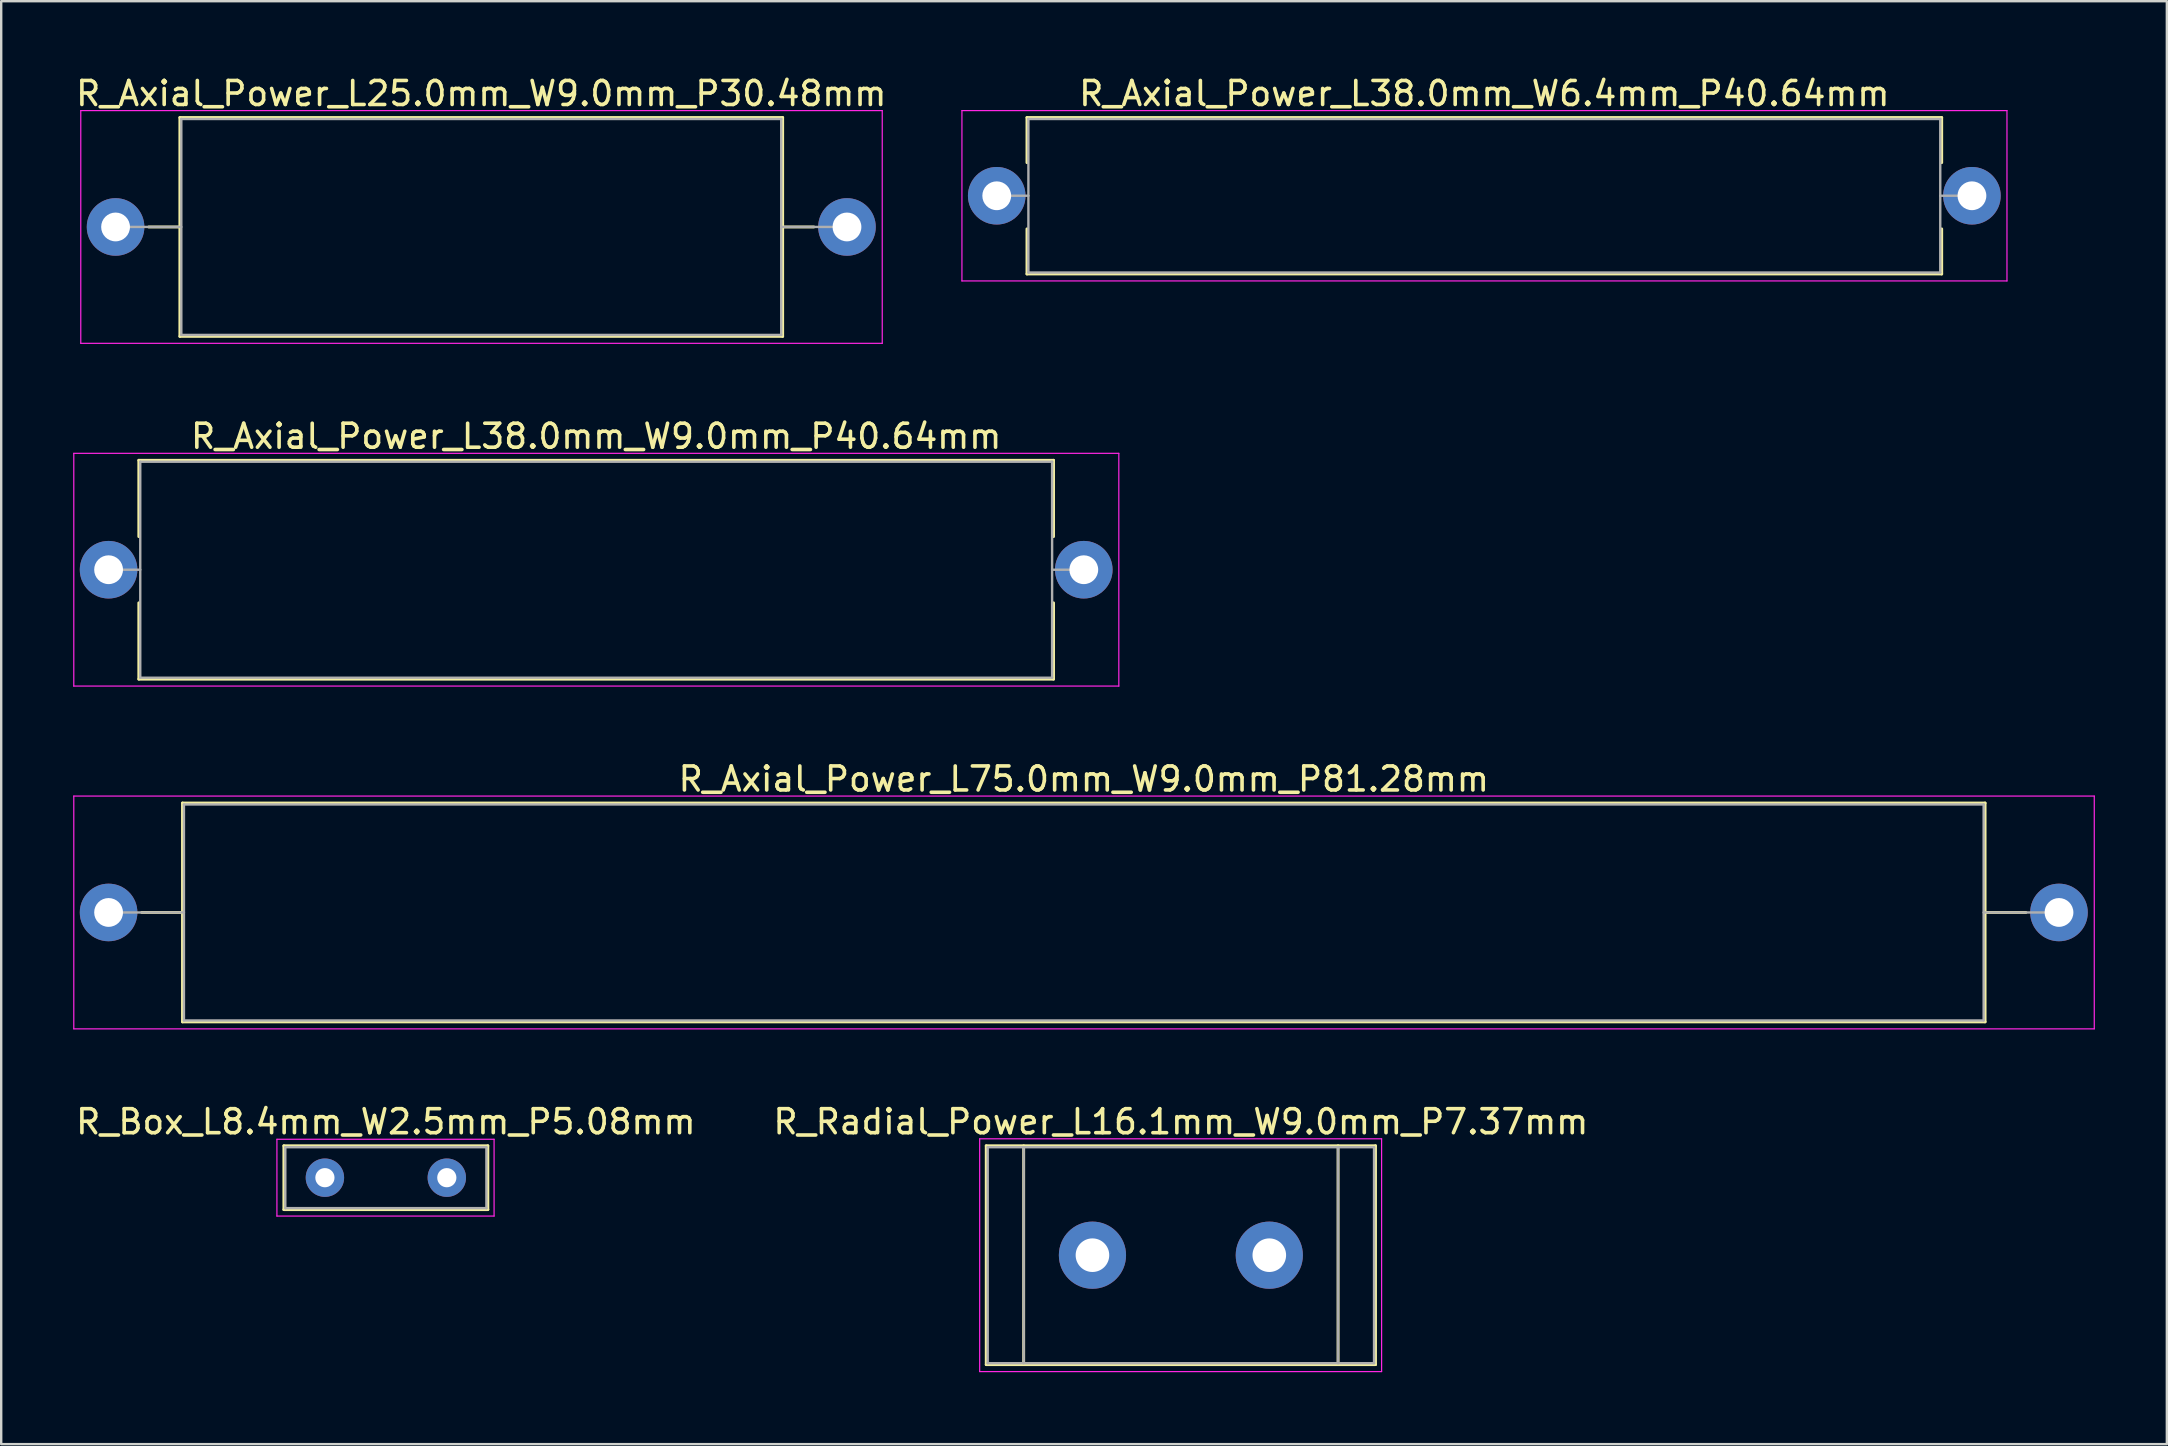
<source format=kicad_pcb>
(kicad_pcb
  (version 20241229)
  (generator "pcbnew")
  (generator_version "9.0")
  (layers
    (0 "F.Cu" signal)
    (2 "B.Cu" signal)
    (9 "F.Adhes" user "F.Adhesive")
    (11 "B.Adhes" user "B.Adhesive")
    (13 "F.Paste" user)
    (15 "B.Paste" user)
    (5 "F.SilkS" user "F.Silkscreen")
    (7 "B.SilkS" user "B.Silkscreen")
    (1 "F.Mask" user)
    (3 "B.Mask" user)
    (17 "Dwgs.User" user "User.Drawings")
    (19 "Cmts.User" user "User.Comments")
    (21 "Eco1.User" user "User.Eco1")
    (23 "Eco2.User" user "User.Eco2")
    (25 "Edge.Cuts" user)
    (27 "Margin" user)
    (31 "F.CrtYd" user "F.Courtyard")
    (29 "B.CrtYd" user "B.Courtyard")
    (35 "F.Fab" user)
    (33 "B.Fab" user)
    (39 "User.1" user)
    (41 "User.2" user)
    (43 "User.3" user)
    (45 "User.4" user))
  (footprint "R_Axial_Power_L25.0mm_W9.0mm_P30.48mm"
    (layer "F.Cu")
    (at 1.766 6.408)
    (property "Reference" "R_Axial_Power_L25.0mm_W9.0mm_P30.48mm" (at 15.24 -5.56 0) (layer "F.SilkS") (effects (font (size 1 1) (thickness 0.15))))
    (attr through_hole)
    (fp_line (start 1.38 0) (end 2.68 0) (stroke (width 0.12) (type solid)) (layer "F.SilkS"))
    (fp_line (start 2.68 -4.56) (end 2.68 4.56) (stroke (width 0.12) (type solid)) (layer "F.SilkS"))
    (fp_line (start 2.68 4.56) (end 27.8 4.56) (stroke (width 0.12) (type solid)) (layer "F.SilkS"))
    (fp_line (start 27.8 -4.56) (end 2.68 -4.56) (stroke (width 0.12) (type solid)) (layer "F.SilkS"))
    (fp_line (start 27.8 4.56) (end 27.8 -4.56) (stroke (width 0.12) (type solid)) (layer "F.SilkS"))
    (fp_line (start 29.1 0) (end 27.8 0) (stroke (width 0.12) (type solid)) (layer "F.SilkS"))
    (fp_line (start -1.45 -4.85) (end -1.45 4.85) (stroke (width 0.05) (type solid)) (layer "F.CrtYd"))
    (fp_line (start -1.45 4.85) (end 31.95 4.85) (stroke (width 0.05) (type solid)) (layer "F.CrtYd"))
    (fp_line (start 31.95 -4.85) (end -1.45 -4.85) (stroke (width 0.05) (type solid)) (layer "F.CrtYd"))
    (fp_line (start 31.95 4.85) (end 31.95 -4.85) (stroke (width 0.05) (type solid)) (layer "F.CrtYd"))
    (fp_line (start 0 0) (end 2.74 0) (stroke (width 0.1) (type solid)) (layer "F.Fab"))
    (fp_line (start 2.74 -4.5) (end 2.74 4.5) (stroke (width 0.1) (type solid)) (layer "F.Fab"))
    (fp_line (start 2.74 4.5) (end 27.74 4.5) (stroke (width 0.1) (type solid)) (layer "F.Fab"))
    (fp_line (start 27.74 -4.5) (end 2.74 -4.5) (stroke (width 0.1) (type solid)) (layer "F.Fab"))
    (fp_line (start 27.74 4.5) (end 27.74 -4.5) (stroke (width 0.1) (type solid)) (layer "F.Fab"))
    (fp_line (start 30.48 0) (end 27.74 0) (stroke (width 0.1) (type solid)) (layer "F.Fab"))
    (pad "1" thru_hole circle (at 0 0) (size 2.4 2.4) (drill 1.2) (layers "*.Cu" "*.Mask"))
    (pad "2" thru_hole oval (at 30.48 0) (size 2.4 2.4) (drill 1.2) (layers "*.Cu" "*.Mask")))
  (footprint "R_Axial_Power_L38.0mm_W9.0mm_P40.64mm"
    (layer "F.Cu")
    (at 1.475 20.692)
    (property "Reference" "R_Axial_Power_L38.0mm_W9.0mm_P40.64mm" (at 20.32 -5.56 0) (layer "F.SilkS") (effects (font (size 1 1) (thickness 0.15))))
    (attr through_hole)
    (fp_line (start 1.26 -4.56) (end 39.38 -4.56) (stroke (width 0.12) (type solid)) (layer "F.SilkS"))
    (fp_line (start 1.26 -1.38) (end 1.26 -4.56) (stroke (width 0.12) (type solid)) (layer "F.SilkS"))
    (fp_line (start 1.26 1.38) (end 1.26 4.56) (stroke (width 0.12) (type solid)) (layer "F.SilkS"))
    (fp_line (start 1.26 4.56) (end 39.38 4.56) (stroke (width 0.12) (type solid)) (layer "F.SilkS"))
    (fp_line (start 39.38 -4.56) (end 39.38 -1.38) (stroke (width 0.12) (type solid)) (layer "F.SilkS"))
    (fp_line (start 39.38 4.56) (end 39.38 1.38) (stroke (width 0.12) (type solid)) (layer "F.SilkS"))
    (fp_line (start -1.45 -4.85) (end -1.45 4.85) (stroke (width 0.05) (type solid)) (layer "F.CrtYd"))
    (fp_line (start -1.45 4.85) (end 42.1 4.85) (stroke (width 0.05) (type solid)) (layer "F.CrtYd"))
    (fp_line (start 42.1 -4.85) (end -1.45 -4.85) (stroke (width 0.05) (type solid)) (layer "F.CrtYd"))
    (fp_line (start 42.1 4.85) (end 42.1 -4.85) (stroke (width 0.05) (type solid)) (layer "F.CrtYd"))
    (fp_line (start 0 0) (end 1.32 0) (stroke (width 0.1) (type solid)) (layer "F.Fab"))
    (fp_line (start 1.32 -4.5) (end 1.32 4.5) (stroke (width 0.1) (type solid)) (layer "F.Fab"))
    (fp_line (start 1.32 4.5) (end 39.32 4.5) (stroke (width 0.1) (type solid)) (layer "F.Fab"))
    (fp_line (start 39.32 -4.5) (end 1.32 -4.5) (stroke (width 0.1) (type solid)) (layer "F.Fab"))
    (fp_line (start 39.32 4.5) (end 39.32 -4.5) (stroke (width 0.1) (type solid)) (layer "F.Fab"))
    (fp_line (start 40.64 0) (end 39.32 0) (stroke (width 0.1) (type solid)) (layer "F.Fab"))
    (pad "1" thru_hole circle (at 0 0) (size 2.4 2.4) (drill 1.2) (layers "*.Cu" "*.Mask"))
    (pad "2" thru_hole oval (at 40.64 0) (size 2.4 2.4) (drill 1.2) (layers "*.Cu" "*.Mask")))
  (footprint "R_Axial_Power_L38.0mm_W6.4mm_P40.64mm"
    (layer "F.Cu")
    (at 38.487 5.108)
    (property "Reference" "R_Axial_Power_L38.0mm_W6.4mm_P40.64mm" (at 20.32 -4.26 0) (layer "F.SilkS") (effects (font (size 1 1) (thickness 0.15))))
    (attr through_hole)
    (fp_line (start 1.26 -3.26) (end 39.38 -3.26) (stroke (width 0.12) (type solid)) (layer "F.SilkS"))
    (fp_line (start 1.26 -1.38) (end 1.26 -3.26) (stroke (width 0.12) (type solid)) (layer "F.SilkS"))
    (fp_line (start 1.26 1.38) (end 1.26 3.26) (stroke (width 0.12) (type solid)) (layer "F.SilkS"))
    (fp_line (start 1.26 3.26) (end 39.38 3.26) (stroke (width 0.12) (type solid)) (layer "F.SilkS"))
    (fp_line (start 39.38 -3.26) (end 39.38 -1.38) (stroke (width 0.12) (type solid)) (layer "F.SilkS"))
    (fp_line (start 39.38 3.26) (end 39.38 1.38) (stroke (width 0.12) (type solid)) (layer "F.SilkS"))
    (fp_line (start -1.45 -3.55) (end -1.45 3.55) (stroke (width 0.05) (type solid)) (layer "F.CrtYd"))
    (fp_line (start -1.45 3.55) (end 42.1 3.55) (stroke (width 0.05) (type solid)) (layer "F.CrtYd"))
    (fp_line (start 42.1 -3.55) (end -1.45 -3.55) (stroke (width 0.05) (type solid)) (layer "F.CrtYd"))
    (fp_line (start 42.1 3.55) (end 42.1 -3.55) (stroke (width 0.05) (type solid)) (layer "F.CrtYd"))
    (fp_line (start 0 0) (end 1.32 0) (stroke (width 0.1) (type solid)) (layer "F.Fab"))
    (fp_line (start 1.32 -3.2) (end 1.32 3.2) (stroke (width 0.1) (type solid)) (layer "F.Fab"))
    (fp_line (start 1.32 3.2) (end 39.32 3.2) (stroke (width 0.1) (type solid)) (layer "F.Fab"))
    (fp_line (start 39.32 -3.2) (end 1.32 -3.2) (stroke (width 0.1) (type solid)) (layer "F.Fab"))
    (fp_line (start 39.32 3.2) (end 39.32 -3.2) (stroke (width 0.1) (type solid)) (layer "F.Fab"))
    (fp_line (start 40.64 0) (end 39.32 0) (stroke (width 0.1) (type solid)) (layer "F.Fab"))
    (pad "1" thru_hole circle (at 0 0) (size 2.4 2.4) (drill 1.2) (layers "*.Cu" "*.Mask"))
    (pad "2" thru_hole oval (at 40.64 0) (size 2.4 2.4) (drill 1.2) (layers "*.Cu" "*.Mask")))
  (footprint "R_Axial_Power_L75.0mm_W9.0mm_P81.28mm"
    (layer "F.Cu")
    (at 1.475 34.975)
    (property "Reference" "R_Axial_Power_L75.0mm_W9.0mm_P81.28mm" (at 40.64 -5.56 0) (layer "F.SilkS") (effects (font (size 1 1) (thickness 0.15))))
    (attr through_hole)
    (fp_line (start 1.38 0) (end 3.08 0) (stroke (width 0.12) (type solid)) (layer "F.SilkS"))
    (fp_line (start 3.08 -4.56) (end 3.08 4.56) (stroke (width 0.12) (type solid)) (layer "F.SilkS"))
    (fp_line (start 3.08 4.56) (end 78.2 4.56) (stroke (width 0.12) (type solid)) (layer "F.SilkS"))
    (fp_line (start 78.2 -4.56) (end 3.08 -4.56) (stroke (width 0.12) (type solid)) (layer "F.SilkS"))
    (fp_line (start 78.2 4.56) (end 78.2 -4.56) (stroke (width 0.12) (type solid)) (layer "F.SilkS"))
    (fp_line (start 79.9 0) (end 78.2 0) (stroke (width 0.12) (type solid)) (layer "F.SilkS"))
    (fp_line (start -1.45 -4.85) (end -1.45 4.85) (stroke (width 0.05) (type solid)) (layer "F.CrtYd"))
    (fp_line (start -1.45 4.85) (end 82.75 4.85) (stroke (width 0.05) (type solid)) (layer "F.CrtYd"))
    (fp_line (start 82.75 -4.85) (end -1.45 -4.85) (stroke (width 0.05) (type solid)) (layer "F.CrtYd"))
    (fp_line (start 82.75 4.85) (end 82.75 -4.85) (stroke (width 0.05) (type solid)) (layer "F.CrtYd"))
    (fp_line (start 0 0) (end 3.14 0) (stroke (width 0.1) (type solid)) (layer "F.Fab"))
    (fp_line (start 3.14 -4.5) (end 3.14 4.5) (stroke (width 0.1) (type solid)) (layer "F.Fab"))
    (fp_line (start 3.14 4.5) (end 78.14 4.5) (stroke (width 0.1) (type solid)) (layer "F.Fab"))
    (fp_line (start 78.14 -4.5) (end 3.14 -4.5) (stroke (width 0.1) (type solid)) (layer "F.Fab"))
    (fp_line (start 78.14 4.5) (end 78.14 -4.5) (stroke (width 0.1) (type solid)) (layer "F.Fab"))
    (fp_line (start 81.28 0) (end 78.14 0) (stroke (width 0.1) (type solid)) (layer "F.Fab"))
    (pad "1" thru_hole circle (at 0 0) (size 2.4 2.4) (drill 1.2) (layers "*.Cu" "*.Mask"))
    (pad "2" thru_hole oval (at 81.28 0) (size 2.4 2.4) (drill 1.2) (layers "*.Cu" "*.Mask")))
  (footprint "R_Box_L8.4mm_W2.5mm_P5.08mm"
    (layer "F.Cu")
    (at 10.49 46.028)
    (property "Reference" "R_Box_L8.4mm_W2.5mm_P5.08mm" (at 2.54 -2.33 0) (layer "F.SilkS") (effects (font (size 1 1) (thickness 0.15))))
    (attr through_hole)
    (fp_line (start -1.71 -1.33) (end -1.71 1.33) (stroke (width 0.12) (type solid)) (layer "F.SilkS"))
    (fp_line (start -1.71 -1.33) (end 6.79 -1.33) (stroke (width 0.12) (type solid)) (layer "F.SilkS"))
    (fp_line (start -1.71 1.33) (end 6.79 1.33) (stroke (width 0.12) (type solid)) (layer "F.SilkS"))
    (fp_line (start 6.79 -1.33) (end 6.79 1.33) (stroke (width 0.12) (type solid)) (layer "F.SilkS"))
    (fp_line (start -2 -1.6) (end -2 1.6) (stroke (width 0.05) (type solid)) (layer "F.CrtYd"))
    (fp_line (start -2 1.6) (end 7.05 1.6) (stroke (width 0.05) (type solid)) (layer "F.CrtYd"))
    (fp_line (start 7.05 -1.6) (end -2 -1.6) (stroke (width 0.05) (type solid)) (layer "F.CrtYd"))
    (fp_line (start 7.05 1.6) (end 7.05 -1.6) (stroke (width 0.05) (type solid)) (layer "F.CrtYd"))
    (fp_line (start -1.65 -1.27) (end -1.65 1.27) (stroke (width 0.1) (type solid)) (layer "F.Fab"))
    (fp_line (start -1.65 1.27) (end 6.73 1.27) (stroke (width 0.1) (type solid)) (layer "F.Fab"))
    (fp_line (start 6.73 -1.27) (end -1.65 -1.27) (stroke (width 0.1) (type solid)) (layer "F.Fab"))
    (fp_line (start 6.73 1.27) (end 6.73 -1.27) (stroke (width 0.1) (type solid)) (layer "F.Fab"))
    (pad "1" thru_hole circle (at 0 0) (size 1.6 1.6) (drill 0.8) (layers "*.Cu" "*.Mask"))
    (pad "2" thru_hole circle (at 5.08 0) (size 1.6 1.6) (drill 0.8) (layers "*.Cu" "*.Mask")))
  (footprint "R_Radial_Power_L16.1mm_W9.0mm_P7.37mm"
    (layer "F.Cu")
    (at 42.476 49.258)
    (property "Reference" "R_Radial_Power_L16.1mm_W9.0mm_P7.37mm" (at 3.685 -5.56 0) (layer "F.SilkS") (effects (font (size 1 1) (thickness 0.15))))
    (attr through_hole)
    (fp_line (start -4.426 -4.56) (end -4.426 4.56) (stroke (width 0.12) (type solid)) (layer "F.SilkS"))
    (fp_line (start -4.426 -4.56) (end 11.796 -4.56) (stroke (width 0.12) (type solid)) (layer "F.SilkS"))
    (fp_line (start -4.426 4.56) (end 11.796 4.56) (stroke (width 0.12) (type solid)) (layer "F.SilkS"))
    (fp_line (start -2.866 -4.56) (end -2.866 4.56) (stroke (width 0.12) (type solid)) (layer "F.SilkS"))
    (fp_line (start 10.236 -4.56) (end 10.236 4.56) (stroke (width 0.12) (type solid)) (layer "F.SilkS"))
    (fp_line (start 11.796 -4.56) (end 11.796 4.56) (stroke (width 0.12) (type solid)) (layer "F.SilkS"))
    (fp_line (start -4.7 -4.85) (end -4.7 4.85) (stroke (width 0.05) (type solid)) (layer "F.CrtYd"))
    (fp_line (start -4.7 4.85) (end 12.05 4.85) (stroke (width 0.05) (type solid)) (layer "F.CrtYd"))
    (fp_line (start 12.05 -4.85) (end -4.7 -4.85) (stroke (width 0.05) (type solid)) (layer "F.CrtYd"))
    (fp_line (start 12.05 4.85) (end 12.05 -4.85) (stroke (width 0.05) (type solid)) (layer "F.CrtYd"))
    (fp_line (start -4.365 -4.5) (end -4.365 4.5) (stroke (width 0.1) (type solid)) (layer "F.Fab"))
    (fp_line (start -4.365 4.5) (end 11.735 4.5) (stroke (width 0.1) (type solid)) (layer "F.Fab"))
    (fp_line (start -2.865 -4.5) (end -2.865 4.5) (stroke (width 0.1) (type solid)) (layer "F.Fab"))
    (fp_line (start 10.235 -4.5) (end 10.235 4.5) (stroke (width 0.1) (type solid)) (layer "F.Fab"))
    (fp_line (start 11.735 -4.5) (end -4.365 -4.5) (stroke (width 0.1) (type solid)) (layer "F.Fab"))
    (fp_line (start 11.735 4.5) (end 11.735 -4.5) (stroke (width 0.1) (type solid)) (layer "F.Fab"))
    (pad "1" thru_hole circle (at 0 0) (size 2.8 2.8) (drill 1.4) (layers "*.Cu" "*.Mask"))
    (pad "2" thru_hole circle (at 7.37 0) (size 2.8 2.8) (drill 1.4) (layers "*.Cu" "*.Mask")))
  (gr_rect
    (start -3 -3)
    (end 87.25 57.133)
    (stroke (width 0.1) (type default))
    (fill no)
    (layer "Edge.Cuts")))
</source>
